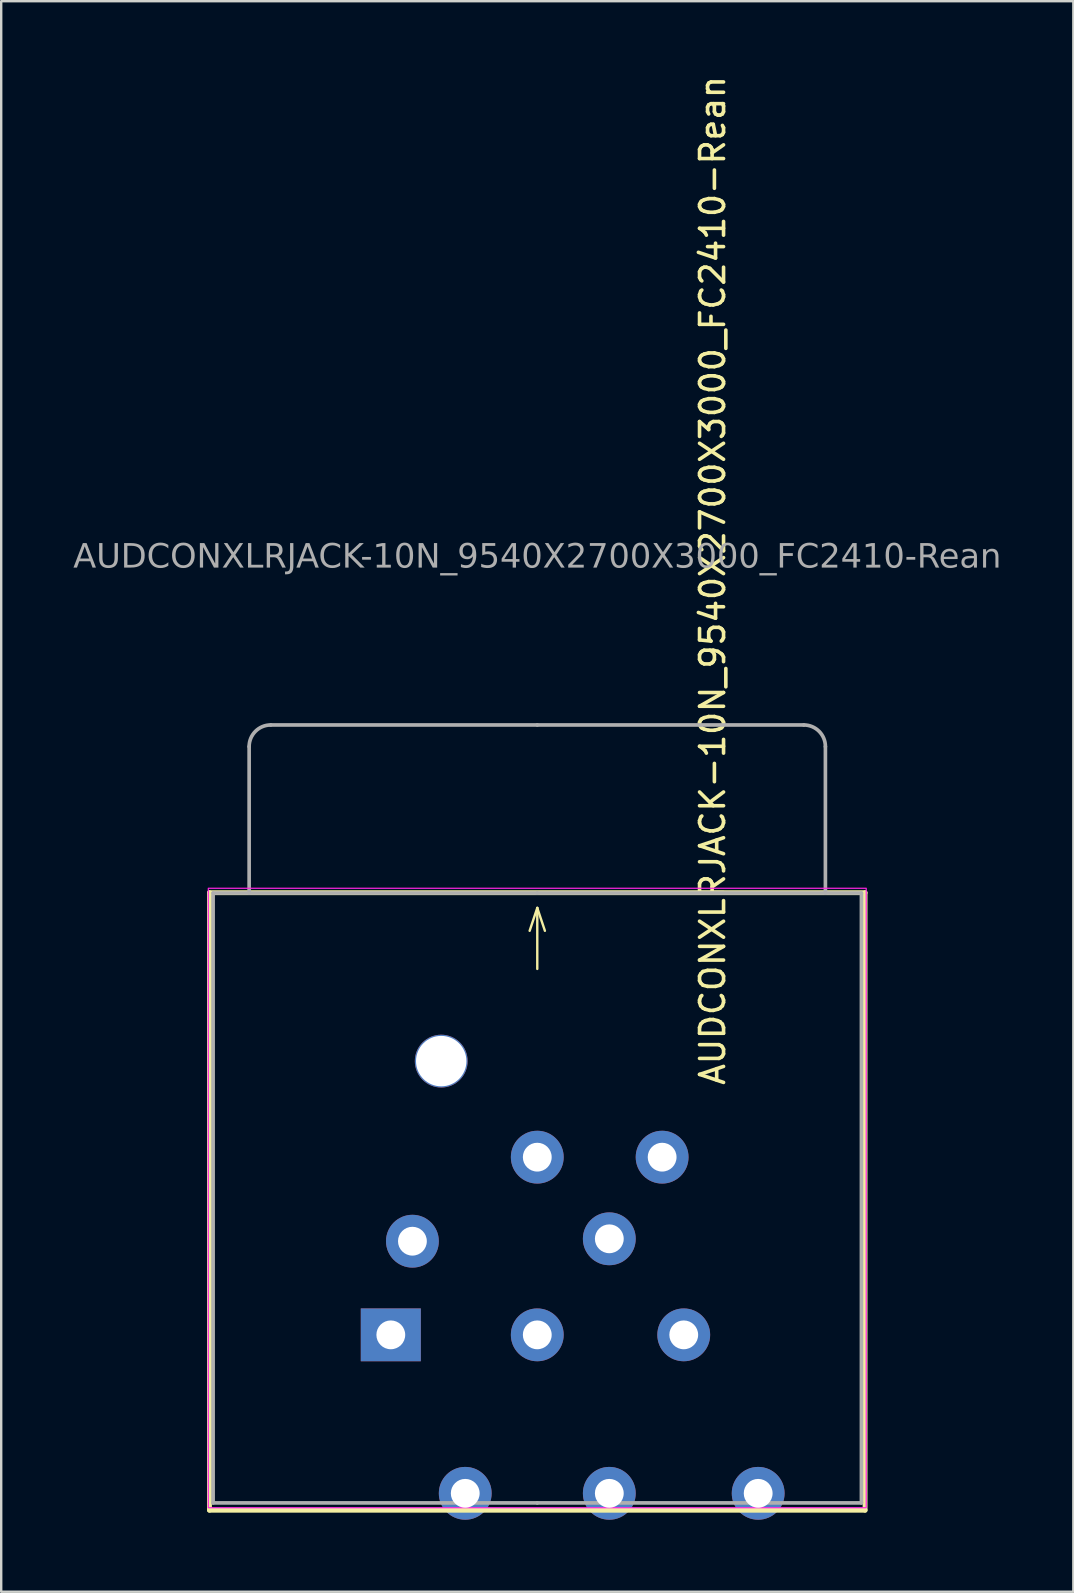
<source format=kicad_pcb>
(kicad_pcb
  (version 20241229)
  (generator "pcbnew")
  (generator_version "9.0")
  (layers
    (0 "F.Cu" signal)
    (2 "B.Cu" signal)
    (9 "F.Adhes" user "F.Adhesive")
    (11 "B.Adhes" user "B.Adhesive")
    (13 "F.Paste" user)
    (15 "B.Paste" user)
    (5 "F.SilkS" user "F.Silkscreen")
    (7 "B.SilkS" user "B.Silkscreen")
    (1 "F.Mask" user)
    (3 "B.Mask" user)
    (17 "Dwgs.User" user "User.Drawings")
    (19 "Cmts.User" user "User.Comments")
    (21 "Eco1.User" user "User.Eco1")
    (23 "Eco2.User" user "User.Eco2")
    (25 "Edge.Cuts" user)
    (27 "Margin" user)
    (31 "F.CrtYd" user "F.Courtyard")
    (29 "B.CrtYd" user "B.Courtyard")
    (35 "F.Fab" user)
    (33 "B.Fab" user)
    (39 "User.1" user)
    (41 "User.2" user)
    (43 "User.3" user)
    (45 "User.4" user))
  (footprint "AUDCONXLRJACK-10N_9540X2700X3000_FC2410-Rean"
    (layer "F.Cu")
    (at 19.326 34.143)
    (property "Reference" "AUDCONXLRJACK-10N_9540X2700X3000_FC2410-Rean" (at 7.303 -13.018 90) (layer "F.SilkS") (effects (font (size 1 1) (thickness 0.15))))
    (attr through_hole)
    (fp_line (start -13.652 -0.015) (end -13.652 25.703) (stroke (width 0.203) (type solid)) (layer "F.SilkS"))
    (fp_line (start -13.652 -0.015) (end 13.652 -0.015) (stroke (width 0.203) (type solid)) (layer "F.SilkS"))
    (fp_line (start 0 0.62) (end -0.318 1.573) (stroke (width 0.1) (type default)) (layer "F.SilkS"))
    (fp_line (start 0 0.62) (end 0 3.16) (stroke (width 0.1) (type default)) (layer "F.SilkS"))
    (fp_line (start 0 0.62) (end 0.318 1.573) (stroke (width 0.1) (type default)) (layer "F.SilkS"))
    (fp_line (start 13.652 -0.015) (end 13.652 25.703) (stroke (width 0.203) (type solid)) (layer "F.SilkS"))
    (fp_line (start 13.652 25.703) (end -13.652 25.703) (stroke (width 0.203) (type solid)) (layer "F.SilkS"))
    (fp_rect (start -13.7 -0.2) (end 13.7 25.6) (stroke (width 0.05) (type default)) (fill no) (layer "F.CrtYd"))
    (fp_line (start -13.5 0) (end -13.5 25.4) (stroke (width 0.152) (type solid)) (layer "F.Fab"))
    (fp_line (start -12 0) (end -12 -6.1) (stroke (width 0.152) (type solid)) (layer "F.Fab"))
    (fp_line (start 0 -7) (end -11.1 -7) (stroke (width 0.152) (type solid)) (layer "F.Fab"))
    (fp_line (start 0 -7) (end 11.1 -7) (stroke (width 0.152) (type solid)) (layer "F.Fab"))
    (fp_line (start 0 0) (end -13.5 0) (stroke (width 0.152) (type solid)) (layer "F.Fab"))
    (fp_line (start 0 0) (end 13.5 0) (stroke (width 0.152) (type solid)) (layer "F.Fab"))
    (fp_line (start 0 25.4) (end -13.5 25.4) (stroke (width 0.152) (type solid)) (layer "F.Fab"))
    (fp_line (start 0 25.4) (end 13.5 25.4) (stroke (width 0.152) (type solid)) (layer "F.Fab"))
    (fp_line (start 12 0) (end 12 -6.1) (stroke (width 0.152) (type solid)) (layer "F.Fab"))
    (fp_line (start 13.5 0) (end 13.5 25.4) (stroke (width 0.152) (type solid)) (layer "F.Fab"))
    (fp_rect (start -6.354 18.146) (end -5.846 18.654) (stroke (width 0.152) (type solid)) (fill no) (layer "F.Fab"))
    (fp_rect (start -5.454 14.246) (end -4.946 14.754) (stroke (width 0.152) (type solid)) (fill no) (layer "F.Fab"))
    (fp_rect (start -0.254 10.746) (end 0.254 11.254) (stroke (width 0.152) (type solid)) (fill no) (layer "F.Fab"))
    (fp_rect (start -0.254 18.146) (end 0.254 18.654) (stroke (width 0.152) (type solid)) (fill no) (layer "F.Fab"))
    (fp_rect (start 2.746 14.146) (end 3.254 14.654) (stroke (width 0.152) (type solid)) (fill no) (layer "F.Fab"))
    (fp_rect (start 4.946 10.746) (end 5.454 11.254) (stroke (width 0.152) (type solid)) (fill no) (layer "F.Fab"))
    (fp_rect (start 5.846 18.146) (end 6.354 18.654) (stroke (width 0.152) (type solid)) (fill no) (layer "F.Fab"))
    (fp_arc (start -12 -6.1) (mid -11.736396 -6.736396) (end -11.1 -7) (stroke (width 0.1524) (type default)) (layer "F.Fab"))
    (fp_arc (start 11.1 -7) (mid 11.736396 -6.736396) (end 12 -6.1) (stroke (width 0.1524) (type default)) (layer "F.Fab"))
    (fp_text user "${REFERENCE}" (at 0 -13.97 180) (layer "F.Fab") (effects (font (face "Tahoma") (size 1 1) (thickness 0.15))))
    (pad "1" thru_hole rect (at -6.1 18.4 90) (size 2.2 2.5) (drill 1.2) (layers "*.Cu" "*.Mask"))
    (pad "2" thru_hole circle (at 6.1 18.4 90) (size 2.2 2.2) (drill 1.2) (layers "*.Cu" "*.Mask"))
    (pad "3" thru_hole circle (at 0 18.4 90) (size 2.2 2.2) (drill 1.2) (layers "*.Cu" "*.Mask"))
    (pad "G" thru_hole circle (at 0 11 90) (size 2.2 2.2) (drill 1.2) (layers "*.Cu" "*.Mask"))
    (pad "MH" thru_hole circle (at -4 7 90) (size 2.2 2.2) (drill 2.1) (property pad_prop_mechanical) (layers "*.Cu" "*.Mask"))
    (pad "R" thru_hole circle (at -5.2 14.5 90) (size 2.2 2.2) (drill 1.2) (layers "*.Cu" "*.Mask"))
    (pad "RN" thru_hole circle (at -3 25 90) (size 2.2 2.2) (drill 1.2) (layers "*.Cu" "*.Mask"))
    (pad "S" thru_hole circle (at 5.2 11 90) (size 2.2 2.2) (drill 1.2) (layers "*.Cu" "*.Mask"))
    (pad "SN" thru_hole circle (at 3 14.4 90) (size 2.2 2.2) (drill 1.2) (layers "*.Cu" "*.Mask"))
    (pad "T" thru_hole circle (at 9.2 25 90) (size 2.2 2.2) (drill 1.2) (layers "*.Cu" "*.Mask"))
    (pad "TN" thru_hole circle (at 3 25 90) (size 2.2 2.2) (drill 1.2) (layers "*.Cu" "*.Mask")))
  (gr_rect
    (start -3 -3)
    (end 41.652 63.243)
    (stroke (width 0.1) (type default))
    (fill no)
    (layer "Edge.Cuts")))
</source>
